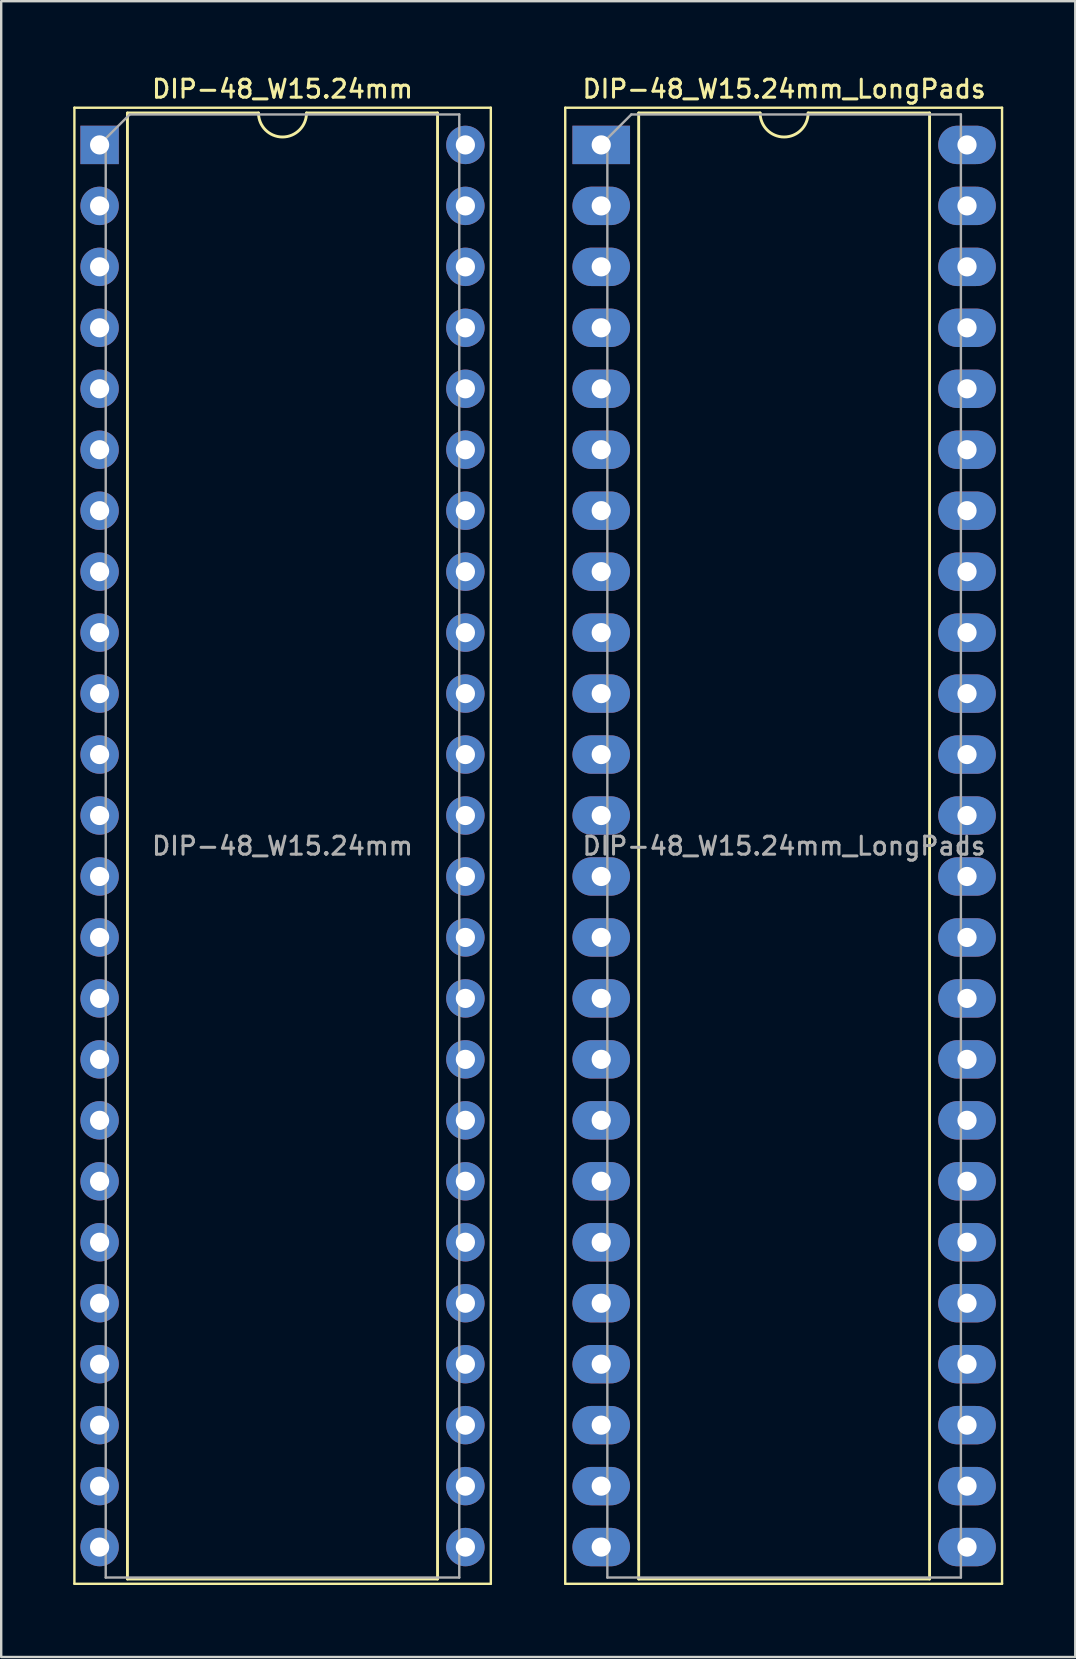
<source format=kicad_pcb>
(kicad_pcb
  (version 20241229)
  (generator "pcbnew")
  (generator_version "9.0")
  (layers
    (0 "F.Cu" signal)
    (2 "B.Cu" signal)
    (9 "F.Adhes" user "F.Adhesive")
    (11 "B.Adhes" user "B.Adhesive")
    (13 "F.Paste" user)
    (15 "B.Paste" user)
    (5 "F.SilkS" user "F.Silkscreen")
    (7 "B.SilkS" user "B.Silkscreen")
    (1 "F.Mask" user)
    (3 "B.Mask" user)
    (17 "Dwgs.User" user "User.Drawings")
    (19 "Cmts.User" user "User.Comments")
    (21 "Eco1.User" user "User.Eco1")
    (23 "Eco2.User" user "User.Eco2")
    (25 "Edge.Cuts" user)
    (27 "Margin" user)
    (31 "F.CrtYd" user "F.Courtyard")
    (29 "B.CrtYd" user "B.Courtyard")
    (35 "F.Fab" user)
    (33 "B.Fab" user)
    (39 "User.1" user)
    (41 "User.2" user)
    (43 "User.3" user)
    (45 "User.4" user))
  (footprint "DIP-48_W15.24mm_LongPads"
    (layer "F.Cu")
    (at 22 2.988)
    (property "Reference" "DIP-48_W15.24mm_LongPads" (at 7.62 -2.33 0) (layer "F.SilkS") (effects (font (size 0.75 0.75) (thickness 0.125))))
    (attr through_hole)
    (fp_line (start -1.5 -1.55) (end -1.5 59.95) (stroke (width 0.1) (type solid)) (layer "F.SilkS"))
    (fp_line (start -1.5 59.95) (end 16.7 59.95) (stroke (width 0.1) (type solid)) (layer "F.SilkS"))
    (fp_line (start 1.56 -1.33) (end 1.56 59.75) (stroke (width 0.12) (type solid)) (layer "F.SilkS"))
    (fp_line (start 1.56 59.75) (end 13.68 59.75) (stroke (width 0.12) (type solid)) (layer "F.SilkS"))
    (fp_line (start 6.62 -1.33) (end 1.56 -1.33) (stroke (width 0.12) (type solid)) (layer "F.SilkS"))
    (fp_line (start 13.68 -1.33) (end 8.62 -1.33) (stroke (width 0.12) (type solid)) (layer "F.SilkS"))
    (fp_line (start 13.68 59.75) (end 13.68 -1.33) (stroke (width 0.12) (type solid)) (layer "F.SilkS"))
    (fp_line (start 16.7 -1.55) (end -1.5 -1.55) (stroke (width 0.1) (type solid)) (layer "F.SilkS"))
    (fp_line (start 16.7 59.95) (end 16.7 -1.55) (stroke (width 0.1) (type solid)) (layer "F.SilkS"))
    (fp_arc (start 8.62 -1.33) (mid 7.62 -0.33) (end 6.62 -1.33) (stroke (width 0.12) (type solid)) (layer "F.SilkS"))
    (fp_line (start 0.255 -0.27) (end 1.255 -1.27) (stroke (width 0.1) (type solid)) (layer "F.Fab"))
    (fp_line (start 0.255 59.69) (end 0.255 -0.27) (stroke (width 0.1) (type solid)) (layer "F.Fab"))
    (fp_line (start 1.255 -1.27) (end 14.985 -1.27) (stroke (width 0.1) (type solid)) (layer "F.Fab"))
    (fp_line (start 14.985 -1.27) (end 14.985 59.69) (stroke (width 0.1) (type solid)) (layer "F.Fab"))
    (fp_line (start 14.985 59.69) (end 0.255 59.69) (stroke (width 0.1) (type solid)) (layer "F.Fab"))
    (fp_text user "${REFERENCE}" (at 7.62 29.21 0) (layer "F.Fab") (effects (font (size 0.75 0.75) (thickness 0.125))))
    (pad "1" thru_hole rect (at 0 0) (size 2.4 1.6) (drill 0.8) (layers "*.Cu" "*.Mask"))
    (pad "2" thru_hole oval (at 0 2.54) (size 2.4 1.6) (drill 0.8) (layers "*.Cu" "*.Mask"))
    (pad "3" thru_hole oval (at 0 5.08) (size 2.4 1.6) (drill 0.8) (layers "*.Cu" "*.Mask"))
    (pad "4" thru_hole oval (at 0 7.62) (size 2.4 1.6) (drill 0.8) (layers "*.Cu" "*.Mask"))
    (pad "5" thru_hole oval (at 0 10.16) (size 2.4 1.6) (drill 0.8) (layers "*.Cu" "*.Mask"))
    (pad "6" thru_hole oval (at 0 12.7) (size 2.4 1.6) (drill 0.8) (layers "*.Cu" "*.Mask"))
    (pad "7" thru_hole oval (at 0 15.24) (size 2.4 1.6) (drill 0.8) (layers "*.Cu" "*.Mask"))
    (pad "8" thru_hole oval (at 0 17.78) (size 2.4 1.6) (drill 0.8) (layers "*.Cu" "*.Mask"))
    (pad "9" thru_hole oval (at 0 20.32) (size 2.4 1.6) (drill 0.8) (layers "*.Cu" "*.Mask"))
    (pad "10" thru_hole oval (at 0 22.86) (size 2.4 1.6) (drill 0.8) (layers "*.Cu" "*.Mask"))
    (pad "11" thru_hole oval (at 0 25.4) (size 2.4 1.6) (drill 0.8) (layers "*.Cu" "*.Mask"))
    (pad "12" thru_hole oval (at 0 27.94) (size 2.4 1.6) (drill 0.8) (layers "*.Cu" "*.Mask"))
    (pad "13" thru_hole oval (at 0 30.48) (size 2.4 1.6) (drill 0.8) (layers "*.Cu" "*.Mask"))
    (pad "14" thru_hole oval (at 0 33.02) (size 2.4 1.6) (drill 0.8) (layers "*.Cu" "*.Mask"))
    (pad "15" thru_hole oval (at 0 35.56) (size 2.4 1.6) (drill 0.8) (layers "*.Cu" "*.Mask"))
    (pad "16" thru_hole oval (at 0 38.1) (size 2.4 1.6) (drill 0.8) (layers "*.Cu" "*.Mask"))
    (pad "17" thru_hole oval (at 0 40.64) (size 2.4 1.6) (drill 0.8) (layers "*.Cu" "*.Mask"))
    (pad "18" thru_hole oval (at 0 43.18) (size 2.4 1.6) (drill 0.8) (layers "*.Cu" "*.Mask"))
    (pad "19" thru_hole oval (at 0 45.72) (size 2.4 1.6) (drill 0.8) (layers "*.Cu" "*.Mask"))
    (pad "20" thru_hole oval (at 0 48.26) (size 2.4 1.6) (drill 0.8) (layers "*.Cu" "*.Mask"))
    (pad "21" thru_hole oval (at 0 50.8) (size 2.4 1.6) (drill 0.8) (layers "*.Cu" "*.Mask"))
    (pad "22" thru_hole oval (at 0 53.34) (size 2.4 1.6) (drill 0.8) (layers "*.Cu" "*.Mask"))
    (pad "23" thru_hole oval (at 0 55.88) (size 2.4 1.6) (drill 0.8) (layers "*.Cu" "*.Mask"))
    (pad "24" thru_hole oval (at 0 58.42) (size 2.4 1.6) (drill 0.8) (layers "*.Cu" "*.Mask"))
    (pad "25" thru_hole oval (at 15.24 58.42) (size 2.4 1.6) (drill 0.8) (layers "*.Cu" "*.Mask"))
    (pad "26" thru_hole oval (at 15.24 55.88) (size 2.4 1.6) (drill 0.8) (layers "*.Cu" "*.Mask"))
    (pad "27" thru_hole oval (at 15.24 53.34) (size 2.4 1.6) (drill 0.8) (layers "*.Cu" "*.Mask"))
    (pad "28" thru_hole oval (at 15.24 50.8) (size 2.4 1.6) (drill 0.8) (layers "*.Cu" "*.Mask"))
    (pad "29" thru_hole oval (at 15.24 48.26) (size 2.4 1.6) (drill 0.8) (layers "*.Cu" "*.Mask"))
    (pad "30" thru_hole oval (at 15.24 45.72) (size 2.4 1.6) (drill 0.8) (layers "*.Cu" "*.Mask"))
    (pad "31" thru_hole oval (at 15.24 43.18) (size 2.4 1.6) (drill 0.8) (layers "*.Cu" "*.Mask"))
    (pad "32" thru_hole oval (at 15.24 40.64) (size 2.4 1.6) (drill 0.8) (layers "*.Cu" "*.Mask"))
    (pad "33" thru_hole oval (at 15.24 38.1) (size 2.4 1.6) (drill 0.8) (layers "*.Cu" "*.Mask"))
    (pad "34" thru_hole oval (at 15.24 35.56) (size 2.4 1.6) (drill 0.8) (layers "*.Cu" "*.Mask"))
    (pad "35" thru_hole oval (at 15.24 33.02) (size 2.4 1.6) (drill 0.8) (layers "*.Cu" "*.Mask"))
    (pad "36" thru_hole oval (at 15.24 30.48) (size 2.4 1.6) (drill 0.8) (layers "*.Cu" "*.Mask"))
    (pad "37" thru_hole oval (at 15.24 27.94) (size 2.4 1.6) (drill 0.8) (layers "*.Cu" "*.Mask"))
    (pad "38" thru_hole oval (at 15.24 25.4) (size 2.4 1.6) (drill 0.8) (layers "*.Cu" "*.Mask"))
    (pad "39" thru_hole oval (at 15.24 22.86) (size 2.4 1.6) (drill 0.8) (layers "*.Cu" "*.Mask"))
    (pad "40" thru_hole oval (at 15.24 20.32) (size 2.4 1.6) (drill 0.8) (layers "*.Cu" "*.Mask"))
    (pad "41" thru_hole oval (at 15.24 17.78) (size 2.4 1.6) (drill 0.8) (layers "*.Cu" "*.Mask"))
    (pad "42" thru_hole oval (at 15.24 15.24) (size 2.4 1.6) (drill 0.8) (layers "*.Cu" "*.Mask"))
    (pad "43" thru_hole oval (at 15.24 12.7) (size 2.4 1.6) (drill 0.8) (layers "*.Cu" "*.Mask"))
    (pad "44" thru_hole oval (at 15.24 10.16) (size 2.4 1.6) (drill 0.8) (layers "*.Cu" "*.Mask"))
    (pad "45" thru_hole oval (at 15.24 7.62) (size 2.4 1.6) (drill 0.8) (layers "*.Cu" "*.Mask"))
    (pad "46" thru_hole oval (at 15.24 5.08) (size 2.4 1.6) (drill 0.8) (layers "*.Cu" "*.Mask"))
    (pad "47" thru_hole oval (at 15.24 2.54) (size 2.4 1.6) (drill 0.8) (layers "*.Cu" "*.Mask"))
    (pad "48" thru_hole oval (at 15.24 0) (size 2.4 1.6) (drill 0.8) (layers "*.Cu" "*.Mask")))
  (footprint "DIP-48_W15.24mm"
    (layer "F.Cu")
    (at 1.1 2.988)
    (property "Reference" "DIP-48_W15.24mm" (at 7.62 -2.33 0) (layer "F.SilkS") (effects (font (size 0.75 0.75) (thickness 0.125))))
    (attr through_hole)
    (fp_line (start -1.05 -1.55) (end -1.05 59.95) (stroke (width 0.1) (type solid)) (layer "F.SilkS"))
    (fp_line (start -1.05 59.95) (end 16.3 59.95) (stroke (width 0.1) (type solid)) (layer "F.SilkS"))
    (fp_line (start 1.16 -1.33) (end 1.16 59.75) (stroke (width 0.12) (type solid)) (layer "F.SilkS"))
    (fp_line (start 1.16 59.75) (end 14.08 59.75) (stroke (width 0.12) (type solid)) (layer "F.SilkS"))
    (fp_line (start 6.62 -1.33) (end 1.16 -1.33) (stroke (width 0.12) (type solid)) (layer "F.SilkS"))
    (fp_line (start 14.08 -1.33) (end 8.62 -1.33) (stroke (width 0.12) (type solid)) (layer "F.SilkS"))
    (fp_line (start 14.08 59.75) (end 14.08 -1.33) (stroke (width 0.12) (type solid)) (layer "F.SilkS"))
    (fp_line (start 16.3 -1.55) (end -1.05 -1.55) (stroke (width 0.1) (type solid)) (layer "F.SilkS"))
    (fp_line (start 16.3 59.95) (end 16.3 -1.55) (stroke (width 0.1) (type solid)) (layer "F.SilkS"))
    (fp_arc (start 8.62 -1.33) (mid 7.62 -0.33) (end 6.62 -1.33) (stroke (width 0.12) (type solid)) (layer "F.SilkS"))
    (fp_line (start 0.255 -0.27) (end 1.255 -1.27) (stroke (width 0.1) (type solid)) (layer "F.Fab"))
    (fp_line (start 0.255 59.69) (end 0.255 -0.27) (stroke (width 0.1) (type solid)) (layer "F.Fab"))
    (fp_line (start 1.255 -1.27) (end 14.985 -1.27) (stroke (width 0.1) (type solid)) (layer "F.Fab"))
    (fp_line (start 14.985 -1.27) (end 14.985 59.69) (stroke (width 0.1) (type solid)) (layer "F.Fab"))
    (fp_line (start 14.985 59.69) (end 0.255 59.69) (stroke (width 0.1) (type solid)) (layer "F.Fab"))
    (fp_text user "${REFERENCE}" (at 7.62 29.21 0) (layer "F.Fab") (effects (font (size 0.75 0.75) (thickness 0.125))))
    (pad "1" thru_hole rect (at 0 0) (size 1.6 1.6) (drill 0.8) (layers "*.Cu" "*.Mask"))
    (pad "2" thru_hole oval (at 0 2.54) (size 1.6 1.6) (drill 0.8) (layers "*.Cu" "*.Mask"))
    (pad "3" thru_hole oval (at 0 5.08) (size 1.6 1.6) (drill 0.8) (layers "*.Cu" "*.Mask"))
    (pad "4" thru_hole oval (at 0 7.62) (size 1.6 1.6) (drill 0.8) (layers "*.Cu" "*.Mask"))
    (pad "5" thru_hole oval (at 0 10.16) (size 1.6 1.6) (drill 0.8) (layers "*.Cu" "*.Mask"))
    (pad "6" thru_hole oval (at 0 12.7) (size 1.6 1.6) (drill 0.8) (layers "*.Cu" "*.Mask"))
    (pad "7" thru_hole oval (at 0 15.24) (size 1.6 1.6) (drill 0.8) (layers "*.Cu" "*.Mask"))
    (pad "8" thru_hole oval (at 0 17.78) (size 1.6 1.6) (drill 0.8) (layers "*.Cu" "*.Mask"))
    (pad "9" thru_hole oval (at 0 20.32) (size 1.6 1.6) (drill 0.8) (layers "*.Cu" "*.Mask"))
    (pad "10" thru_hole oval (at 0 22.86) (size 1.6 1.6) (drill 0.8) (layers "*.Cu" "*.Mask"))
    (pad "11" thru_hole oval (at 0 25.4) (size 1.6 1.6) (drill 0.8) (layers "*.Cu" "*.Mask"))
    (pad "12" thru_hole oval (at 0 27.94) (size 1.6 1.6) (drill 0.8) (layers "*.Cu" "*.Mask"))
    (pad "13" thru_hole oval (at 0 30.48) (size 1.6 1.6) (drill 0.8) (layers "*.Cu" "*.Mask"))
    (pad "14" thru_hole oval (at 0 33.02) (size 1.6 1.6) (drill 0.8) (layers "*.Cu" "*.Mask"))
    (pad "15" thru_hole oval (at 0 35.56) (size 1.6 1.6) (drill 0.8) (layers "*.Cu" "*.Mask"))
    (pad "16" thru_hole oval (at 0 38.1) (size 1.6 1.6) (drill 0.8) (layers "*.Cu" "*.Mask"))
    (pad "17" thru_hole oval (at 0 40.64) (size 1.6 1.6) (drill 0.8) (layers "*.Cu" "*.Mask"))
    (pad "18" thru_hole oval (at 0 43.18) (size 1.6 1.6) (drill 0.8) (layers "*.Cu" "*.Mask"))
    (pad "19" thru_hole oval (at 0 45.72) (size 1.6 1.6) (drill 0.8) (layers "*.Cu" "*.Mask"))
    (pad "20" thru_hole oval (at 0 48.26) (size 1.6 1.6) (drill 0.8) (layers "*.Cu" "*.Mask"))
    (pad "21" thru_hole oval (at 0 50.8) (size 1.6 1.6) (drill 0.8) (layers "*.Cu" "*.Mask"))
    (pad "22" thru_hole oval (at 0 53.34) (size 1.6 1.6) (drill 0.8) (layers "*.Cu" "*.Mask"))
    (pad "23" thru_hole oval (at 0 55.88) (size 1.6 1.6) (drill 0.8) (layers "*.Cu" "*.Mask"))
    (pad "24" thru_hole oval (at 0 58.42) (size 1.6 1.6) (drill 0.8) (layers "*.Cu" "*.Mask"))
    (pad "25" thru_hole oval (at 15.24 58.42) (size 1.6 1.6) (drill 0.8) (layers "*.Cu" "*.Mask"))
    (pad "26" thru_hole oval (at 15.24 55.88) (size 1.6 1.6) (drill 0.8) (layers "*.Cu" "*.Mask"))
    (pad "27" thru_hole oval (at 15.24 53.34) (size 1.6 1.6) (drill 0.8) (layers "*.Cu" "*.Mask"))
    (pad "28" thru_hole oval (at 15.24 50.8) (size 1.6 1.6) (drill 0.8) (layers "*.Cu" "*.Mask"))
    (pad "29" thru_hole oval (at 15.24 48.26) (size 1.6 1.6) (drill 0.8) (layers "*.Cu" "*.Mask"))
    (pad "30" thru_hole oval (at 15.24 45.72) (size 1.6 1.6) (drill 0.8) (layers "*.Cu" "*.Mask"))
    (pad "31" thru_hole oval (at 15.24 43.18) (size 1.6 1.6) (drill 0.8) (layers "*.Cu" "*.Mask"))
    (pad "32" thru_hole oval (at 15.24 40.64) (size 1.6 1.6) (drill 0.8) (layers "*.Cu" "*.Mask"))
    (pad "33" thru_hole oval (at 15.24 38.1) (size 1.6 1.6) (drill 0.8) (layers "*.Cu" "*.Mask"))
    (pad "34" thru_hole oval (at 15.24 35.56) (size 1.6 1.6) (drill 0.8) (layers "*.Cu" "*.Mask"))
    (pad "35" thru_hole oval (at 15.24 33.02) (size 1.6 1.6) (drill 0.8) (layers "*.Cu" "*.Mask"))
    (pad "36" thru_hole oval (at 15.24 30.48) (size 1.6 1.6) (drill 0.8) (layers "*.Cu" "*.Mask"))
    (pad "37" thru_hole oval (at 15.24 27.94) (size 1.6 1.6) (drill 0.8) (layers "*.Cu" "*.Mask"))
    (pad "38" thru_hole oval (at 15.24 25.4) (size 1.6 1.6) (drill 0.8) (layers "*.Cu" "*.Mask"))
    (pad "39" thru_hole oval (at 15.24 22.86) (size 1.6 1.6) (drill 0.8) (layers "*.Cu" "*.Mask"))
    (pad "40" thru_hole oval (at 15.24 20.32) (size 1.6 1.6) (drill 0.8) (layers "*.Cu" "*.Mask"))
    (pad "41" thru_hole oval (at 15.24 17.78) (size 1.6 1.6) (drill 0.8) (layers "*.Cu" "*.Mask"))
    (pad "42" thru_hole oval (at 15.24 15.24) (size 1.6 1.6) (drill 0.8) (layers "*.Cu" "*.Mask"))
    (pad "43" thru_hole oval (at 15.24 12.7) (size 1.6 1.6) (drill 0.8) (layers "*.Cu" "*.Mask"))
    (pad "44" thru_hole oval (at 15.24 10.16) (size 1.6 1.6) (drill 0.8) (layers "*.Cu" "*.Mask"))
    (pad "45" thru_hole oval (at 15.24 7.62) (size 1.6 1.6) (drill 0.8) (layers "*.Cu" "*.Mask"))
    (pad "46" thru_hole oval (at 15.24 5.08) (size 1.6 1.6) (drill 0.8) (layers "*.Cu" "*.Mask"))
    (pad "47" thru_hole oval (at 15.24 2.54) (size 1.6 1.6) (drill 0.8) (layers "*.Cu" "*.Mask"))
    (pad "48" thru_hole oval (at 15.24 0) (size 1.6 1.6) (drill 0.8) (layers "*.Cu" "*.Mask")))
  (gr_rect
    (start -3 -3)
    (end 41.75 65.988)
    (stroke (width 0.1) (type default))
    (fill no)
    (layer "Edge.Cuts")))
</source>
